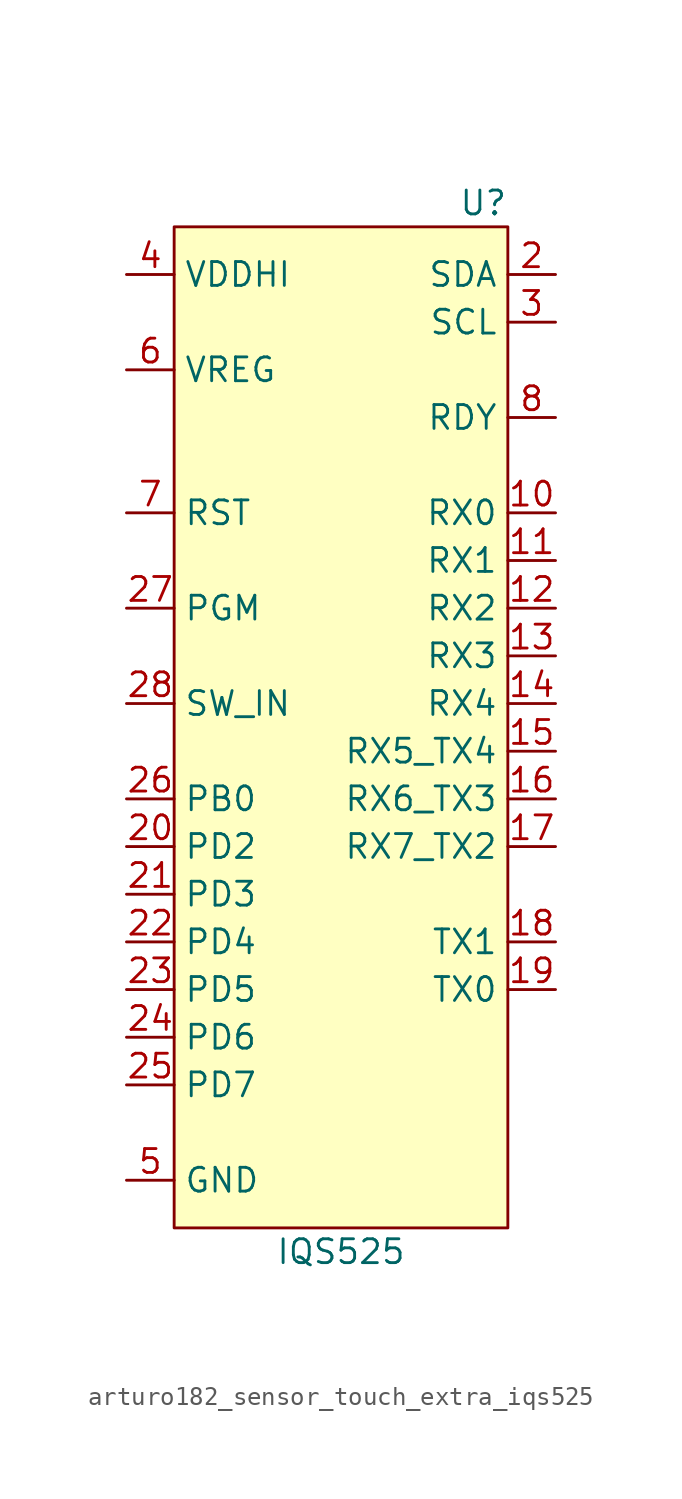
<source format=kicad_sym>
(kicad_symbol_lib
  (version 20220914)
  (generator kicad_symbol_editor)
  (symbol "arturo182_sensor_touch_extra_iqs525"
    (property "Reference" "U"
      (at 8.89 24.13 0)
      (effects (font (size 1.27 1.27)) (justify right)))
    (property "Value" "IQS525"
      (at 0 -31.75 0)
      (effects (font (size 1.27 1.27))))
    (symbol "arturo182_sensor_touch_extra_iqs525_0_0"
      (pin bidirectional line (at 11.43 7.62 180) (length 2.54) (name "RX0" (effects (font (size 1.27 1.27)))) (number "10" (effects (font (size 1.27 1.27)))))
      (pin bidirectional line (at 11.43 5.08 180) (length 2.54) (name "RX1" (effects (font (size 1.27 1.27)))) (number "11" (effects (font (size 1.27 1.27)))))
      (pin bidirectional line (at 11.43 2.54 180) (length 2.54) (name "RX2" (effects (font (size 1.27 1.27)))) (number "12" (effects (font (size 1.27 1.27)))))
      (pin bidirectional line (at 11.43 0 180) (length 2.54) (name "RX3" (effects (font (size 1.27 1.27)))) (number "13" (effects (font (size 1.27 1.27)))))
      (pin bidirectional line (at 11.43 -2.54 180) (length 2.54) (name "RX4" (effects (font (size 1.27 1.27)))) (number "14" (effects (font (size 1.27 1.27)))))
      (pin bidirectional line (at 11.43 -5.08 180) (length 2.54) (name "RX5_TX4" (effects (font (size 1.27 1.27)))) (number "15" (effects (font (size 1.27 1.27)))))
      (pin bidirectional line (at 11.43 -7.62 180) (length 2.54) (name "RX6_TX3" (effects (font (size 1.27 1.27)))) (number "16" (effects (font (size 1.27 1.27)))))
      (pin bidirectional line (at 11.43 -10.16 180) (length 2.54) (name "RX7_TX2" (effects (font (size 1.27 1.27)))) (number "17" (effects (font (size 1.27 1.27)))))
      (pin bidirectional line (at 11.43 -15.24 180) (length 2.54) (name "TX1" (effects (font (size 1.27 1.27)))) (number "18" (effects (font (size 1.27 1.27)))))
      (pin bidirectional line (at 11.43 -17.78 180) (length 2.54) (name "TX0" (effects (font (size 1.27 1.27)))) (number "19" (effects (font (size 1.27 1.27)))))
      (pin bidirectional line (at 11.43 20.32 180) (length 2.54) (name "SDA" (effects (font (size 1.27 1.27)))) (number "2" (effects (font (size 1.27 1.27)))))
      (pin bidirectional line (at -11.43 -10.16 0) (length 2.54) (name "PD2" (effects (font (size 1.27 1.27)))) (number "20" (effects (font (size 1.27 1.27)))))
      (pin bidirectional line (at -11.43 -12.7 0) (length 2.54) (name "PD3" (effects (font (size 1.27 1.27)))) (number "21" (effects (font (size 1.27 1.27)))))
      (pin bidirectional line (at -11.43 -15.24 0) (length 2.54) (name "PD4" (effects (font (size 1.27 1.27)))) (number "22" (effects (font (size 1.27 1.27)))))
      (pin bidirectional line (at -11.43 -17.78 0) (length 2.54) (name "PD5" (effects (font (size 1.27 1.27)))) (number "23" (effects (font (size 1.27 1.27)))))
      (pin bidirectional line (at -11.43 -20.32 0) (length 2.54) (name "PD6" (effects (font (size 1.27 1.27)))) (number "24" (effects (font (size 1.27 1.27)))))
      (pin bidirectional line (at -11.43 -22.86 0) (length 2.54) (name "PD7" (effects (font (size 1.27 1.27)))) (number "25" (effects (font (size 1.27 1.27)))))
      (pin bidirectional line (at -11.43 -7.62 0) (length 2.54) (name "PB0" (effects (font (size 1.27 1.27)))) (number "26" (effects (font (size 1.27 1.27)))))
      (pin input line (at -11.43 2.54 0) (length 2.54) (name "PGM" (effects (font (size 1.27 1.27)))) (number "27" (effects (font (size 1.27 1.27)))))
      (pin bidirectional line (at -11.43 -2.54 0) (length 2.54) (name "SW_IN" (effects (font (size 1.27 1.27)))) (number "28" (effects (font (size 1.27 1.27)))))
      (pin input line (at 11.43 17.78 180) (length 2.54) (name "SCL" (effects (font (size 1.27 1.27)))) (number "3" (effects (font (size 1.27 1.27)))))
      (pin power_in line (at -11.43 20.32 0) (length 2.54) (name "VDDHI" (effects (font (size 1.27 1.27)))) (number "4" (effects (font (size 1.27 1.27)))))
      (pin power_in line (at -11.43 -27.94 0) (length 2.54) (name "GND" (effects (font (size 1.27 1.27)))) (number "5" (effects (font (size 1.27 1.27)))))
      (pin power_out line (at -11.43 15.24 0) (length 2.54) (name "VREG" (effects (font (size 1.27 1.27)))) (number "6" (effects (font (size 1.27 1.27)))))
      (pin input line (at -11.43 7.62 0) (length 2.54) (name "RST" (effects (font (size 1.27 1.27)))) (number "7" (effects (font (size 1.27 1.27)))))
      (pin output line (at 11.43 12.7 180) (length 2.54) (name "RDY" (effects (font (size 1.27 1.27)))) (number "8" (effects (font (size 1.27 1.27))))))
    (symbol "arturo182_sensor_touch_extra_iqs525_1_0"
      (pin no_connect line (at 2.54 -21.59 0) (length 2.54) hide (name "NC" (effects (font (size 1.27 1.27)))) (number "1" (effects (font (size 1.27 1.27)))))
      (pin no_connect line (at 2.54 -19.05 0) (length 2.54) hide (name "NC" (effects (font (size 1.27 1.27)))) (number "9" (effects (font (size 1.27 1.27))))))
    (symbol "arturo182_sensor_touch_extra_iqs525_1_1"
      (rectangle (start -8.89 22.86) (end 8.89 -30.48) (stroke (width 0) (type default)) (fill (type background))))))
</source>
